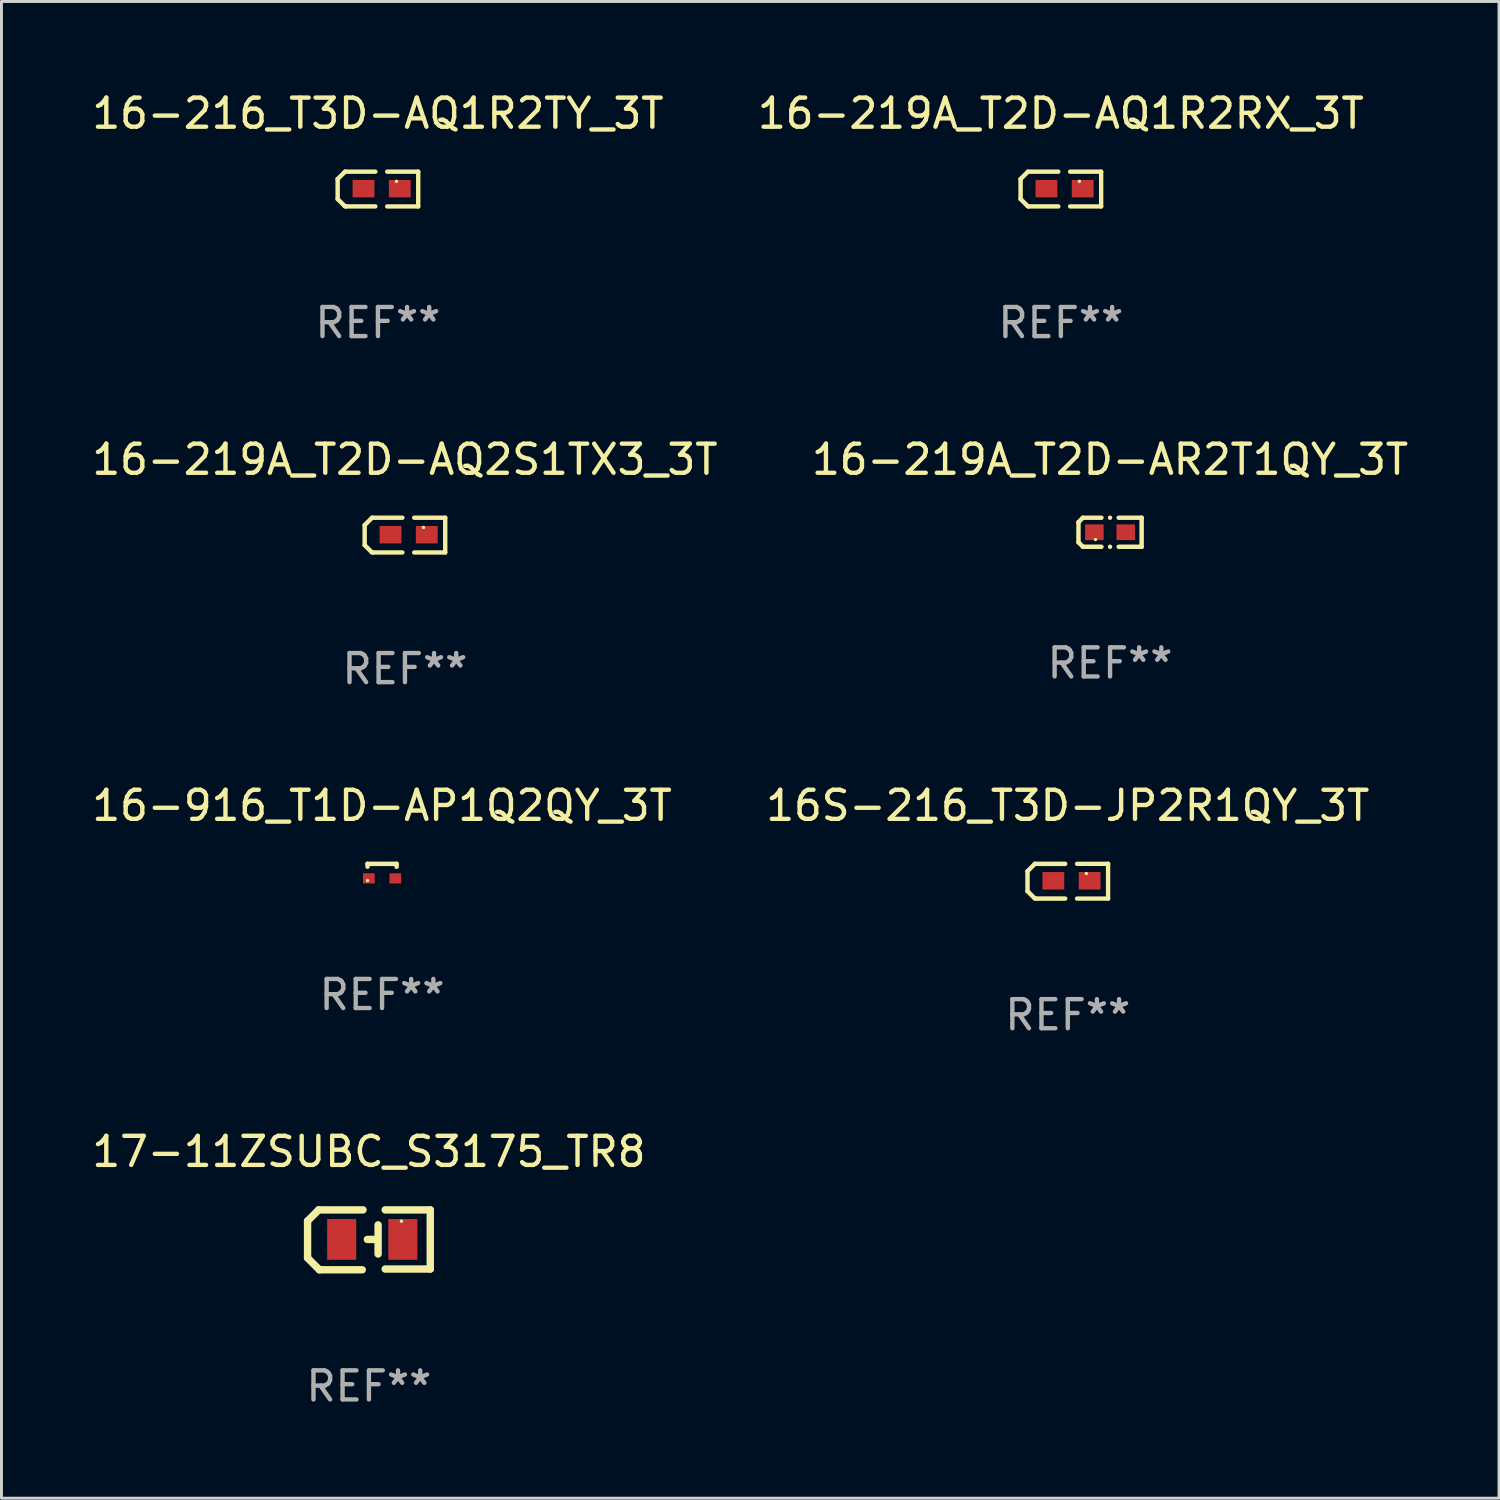
<source format=kicad_pcb>
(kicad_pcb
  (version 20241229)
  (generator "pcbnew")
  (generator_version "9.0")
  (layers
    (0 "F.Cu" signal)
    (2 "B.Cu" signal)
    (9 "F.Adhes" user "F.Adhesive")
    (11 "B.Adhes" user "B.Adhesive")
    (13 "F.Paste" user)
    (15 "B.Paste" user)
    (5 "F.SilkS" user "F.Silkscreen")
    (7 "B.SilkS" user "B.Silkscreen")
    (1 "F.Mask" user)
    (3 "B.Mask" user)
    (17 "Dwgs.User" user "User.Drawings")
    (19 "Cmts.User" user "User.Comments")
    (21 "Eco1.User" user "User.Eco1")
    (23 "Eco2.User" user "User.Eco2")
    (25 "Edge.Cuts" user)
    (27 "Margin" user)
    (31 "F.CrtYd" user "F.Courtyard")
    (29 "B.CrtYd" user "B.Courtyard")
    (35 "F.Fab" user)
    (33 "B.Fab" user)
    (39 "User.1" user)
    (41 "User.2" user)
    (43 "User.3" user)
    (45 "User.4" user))
  (footprint "16-219A_T2D-AQ2S1TX3_3T"
    (layer "F.Cu")
    (at 10.863 15.335)
    (property "Reference" "16-219A_T2D-AQ2S1TX3_3T" (at 0 -2.597 0) (layer "F.SilkS") (effects (font (size 1 1) (thickness 0.15))))
    (attr through_hole)
    (fp_line (start -1.384 -0.343) (end -1.13 -0.597) (stroke (width 0.152) (type solid)) (layer "F.SilkS"))
    (fp_line (start -1.384 0.343) (end -1.384 -0.343) (stroke (width 0.152) (type solid)) (layer "F.SilkS"))
    (fp_line (start -1.143 0.584) (end -1.384 0.343) (stroke (width 0.152) (type solid)) (layer "F.SilkS"))
    (fp_line (start -1.13 -0.597) (end -0.089 -0.597) (stroke (width 0.152) (type solid)) (layer "F.SilkS"))
    (fp_line (start -1.105 0.597) (end -1.143 0.584) (stroke (width 0.152) (type solid)) (layer "F.SilkS"))
    (fp_line (start -1.105 0.597) (end -0.089 0.597) (stroke (width 0.152) (type solid)) (layer "F.SilkS"))
    (fp_line (start 0.318 0.597) (end 1.384 0.597) (stroke (width 0.15) (type solid)) (layer "F.SilkS"))
    (fp_line (start 1.384 -0.597) (end 0.318 -0.597) (stroke (width 0.15) (type solid)) (layer "F.SilkS"))
    (fp_line (start 1.384 0.597) (end 1.384 -0.597) (stroke (width 0.15) (type solid)) (layer "F.SilkS"))
    (fp_circle (center 0.637 -0.264) (end 0.667 -0.264) (stroke (width 0.06) (type solid)) (fill no) (layer "F.SilkS"))
    (fp_text user "REF**" (at 0 4.597 0) (layer "F.Fab") (effects (font (size 1 1) (thickness 0.15))))
    (pad "1" smd rect (at 0.75 -0.014) (size 0.75 0.6) (layers "F.Cu" "F.Mask" "F.Paste"))
    (pad "2" smd rect (at -0.496 -0.014) (size 0.75 0.6) (layers "F.Cu" "F.Mask" "F.Paste")))
  (footprint "17-11ZSUBC_S3175_TR8"
    (layer "F.Cu")
    (at 9.625 39.548)
    (property "Reference" "17-11ZSUBC_S3175_TR8" (at 0 -3.029 0) (layer "F.SilkS") (effects (font (size 1 1) (thickness 0.15))))
    (attr through_hole)
    (fp_line (start -2.108 -0.648) (end -1.727 -1.029) (stroke (width 0.254) (type solid)) (layer "F.SilkS"))
    (fp_line (start -2.108 0.622) (end -2.108 -0.648) (stroke (width 0.254) (type solid)) (layer "F.SilkS"))
    (fp_line (start -1.727 -1.029) (end -0.203 -1.029) (stroke (width 0.254) (type solid)) (layer "F.SilkS"))
    (fp_line (start -1.702 1.029) (end -2.108 0.622) (stroke (width 0.254) (type solid)) (layer "F.SilkS"))
    (fp_line (start -0.229 1.029) (end -1.702 1.029) (stroke (width 0.254) (type solid)) (layer "F.SilkS"))
    (fp_line (start 0.216 -0.014) (end -0.053 -0.014) (stroke (width 0.254) (type solid)) (layer "F.SilkS"))
    (fp_line (start 0.316 -0.514) (end 0.316 0.486) (stroke (width 0.254) (type solid)) (layer "F.SilkS"))
    (fp_line (start 0.559 1.003) (end 2.108 1.003) (stroke (width 0.254) (type solid)) (layer "F.SilkS"))
    (fp_line (start 2.108 -1.029) (end 0.559 -1.029) (stroke (width 0.254) (type solid)) (layer "F.SilkS"))
    (fp_line (start 2.108 1.003) (end 2.108 -1.029) (stroke (width 0.254) (type solid)) (layer "F.SilkS"))
    (fp_circle (center 1.116 -0.639) (end 1.146 -0.639) (stroke (width 0.06) (type solid)) (fill no) (layer "F.SilkS"))
    (fp_text user "REF**" (at 0 5.029 0) (layer "F.Fab") (effects (font (size 1 1) (thickness 0.15))))
    (pad "1" smd rect (at 1.166 -0.014 180) (size 1 1.4) (layers "F.Cu" "F.Mask" "F.Paste"))
    (pad "2" smd rect (at -0.935 -0.014 180) (size 1 1.4) (layers "F.Cu" "F.Mask" "F.Paste")))
  (footprint "16-219A_T2D-AR2T1QY_3T"
    (layer "F.Cu")
    (at 35.089 15.237)
    (property "Reference" "16-219A_T2D-AR2T1QY_3T" (at 0 -2.499 0) (layer "F.SilkS") (effects (font (size 1 1) (thickness 0.15))))
    (attr through_hole)
    (fp_line (start -1.085 -0.346) (end -0.933 -0.499) (stroke (width 0.152) (type solid)) (layer "F.SilkS"))
    (fp_line (start -1.085 0.346) (end -1.085 -0.346) (stroke (width 0.152) (type solid)) (layer "F.SilkS"))
    (fp_line (start -0.933 -0.499) (end -0.296 -0.499) (stroke (width 0.152) (type solid)) (layer "F.SilkS"))
    (fp_line (start -0.933 0.499) (end -1.085 0.346) (stroke (width 0.152) (type solid)) (layer "F.SilkS"))
    (fp_line (start -0.296 0.499) (end -0.933 0.499) (stroke (width 0.152) (type solid)) (layer "F.SilkS"))
    (fp_line (start 0.296 0.499) (end 1.085 0.499) (stroke (width 0.152) (type solid)) (layer "F.SilkS"))
    (fp_line (start 1.085 -0.499) (end 0.296 -0.499) (stroke (width 0.152) (type solid)) (layer "F.SilkS"))
    (fp_line (start 1.085 0.499) (end 1.085 -0.499) (stroke (width 0.152) (type solid)) (layer "F.SilkS"))
    (fp_circle (center -0.5 0.25) (end -0.47 0.25) (stroke (width 0.06) (type solid)) (fill no) (layer "F.SilkS"))
    (fp_circle (center 0 -0.499) (end 0.038 -0.499) (stroke (width 0.076) (type solid)) (fill no) (layer "F.SilkS"))
    (fp_circle (center 0 0.499) (end 0.038 0.499) (stroke (width 0.076) (type solid)) (fill no) (layer "F.SilkS"))
    (fp_text user "REF**" (at 0 4.499 0) (layer "F.Fab") (effects (font (size 1 1) (thickness 0.15))))
    (pad "1" smd rect (at -0.538 0) (size 0.636 0.54) (layers "F.Cu" "F.Mask" "F.Paste"))
    (pad "2" smd rect (at 0.538 0) (size 0.636 0.54) (layers "F.Cu" "F.Mask" "F.Paste")))
  (footprint "16S-216_T3D-JP2R1QY_3T"
    (layer "F.Cu")
    (at 33.637 27.226)
    (property "Reference" "16S-216_T3D-JP2R1QY_3T" (at 0 -2.597 0) (layer "F.SilkS") (effects (font (size 1 1) (thickness 0.15))))
    (attr through_hole)
    (fp_line (start -1.384 -0.343) (end -1.13 -0.597) (stroke (width 0.152) (type solid)) (layer "F.SilkS"))
    (fp_line (start -1.384 0.343) (end -1.384 -0.343) (stroke (width 0.152) (type solid)) (layer "F.SilkS"))
    (fp_line (start -1.143 0.584) (end -1.384 0.343) (stroke (width 0.152) (type solid)) (layer "F.SilkS"))
    (fp_line (start -1.13 -0.597) (end -0.089 -0.597) (stroke (width 0.152) (type solid)) (layer "F.SilkS"))
    (fp_line (start -1.105 0.597) (end -1.143 0.584) (stroke (width 0.152) (type solid)) (layer "F.SilkS"))
    (fp_line (start -1.105 0.597) (end -0.089 0.597) (stroke (width 0.152) (type solid)) (layer "F.SilkS"))
    (fp_line (start 0.318 0.597) (end 1.384 0.597) (stroke (width 0.15) (type solid)) (layer "F.SilkS"))
    (fp_line (start 1.384 -0.597) (end 0.318 -0.597) (stroke (width 0.15) (type solid)) (layer "F.SilkS"))
    (fp_line (start 1.384 0.597) (end 1.384 -0.597) (stroke (width 0.15) (type solid)) (layer "F.SilkS"))
    (fp_circle (center 0.637 -0.264) (end 0.667 -0.264) (stroke (width 0.06) (type solid)) (fill no) (layer "F.SilkS"))
    (fp_text user "REF**" (at 0 4.597 0) (layer "F.Fab") (effects (font (size 1 1) (thickness 0.15))))
    (pad "1" smd rect (at 0.75 -0.014) (size 0.75 0.6) (layers "F.Cu" "F.Mask" "F.Paste"))
    (pad "2" smd rect (at -0.496 -0.014) (size 0.75 0.6) (layers "F.Cu" "F.Mask" "F.Paste")))
  (footprint "16-216_T3D-AQ1R2TY_3T"
    (layer "F.Cu")
    (at 9.935 3.445)
    (property "Reference" "16-216_T3D-AQ1R2TY_3T" (at 0 -2.597 0) (layer "F.SilkS") (effects (font (size 1 1) (thickness 0.15))))
    (attr through_hole)
    (fp_line (start -1.384 -0.343) (end -1.13 -0.597) (stroke (width 0.152) (type solid)) (layer "F.SilkS"))
    (fp_line (start -1.384 0.343) (end -1.384 -0.343) (stroke (width 0.152) (type solid)) (layer "F.SilkS"))
    (fp_line (start -1.143 0.584) (end -1.384 0.343) (stroke (width 0.152) (type solid)) (layer "F.SilkS"))
    (fp_line (start -1.13 -0.597) (end -0.089 -0.597) (stroke (width 0.152) (type solid)) (layer "F.SilkS"))
    (fp_line (start -1.105 0.597) (end -1.143 0.584) (stroke (width 0.152) (type solid)) (layer "F.SilkS"))
    (fp_line (start -1.105 0.597) (end -0.089 0.597) (stroke (width 0.152) (type solid)) (layer "F.SilkS"))
    (fp_line (start 0.318 0.597) (end 1.384 0.597) (stroke (width 0.15) (type solid)) (layer "F.SilkS"))
    (fp_line (start 1.384 -0.597) (end 0.318 -0.597) (stroke (width 0.15) (type solid)) (layer "F.SilkS"))
    (fp_line (start 1.384 0.597) (end 1.384 -0.597) (stroke (width 0.15) (type solid)) (layer "F.SilkS"))
    (fp_circle (center 0.637 -0.264) (end 0.667 -0.264) (stroke (width 0.06) (type solid)) (fill no) (layer "F.SilkS"))
    (fp_text user "REF**" (at 0 4.597 0) (layer "F.Fab") (effects (font (size 1 1) (thickness 0.15))))
    (pad "1" smd rect (at 0.75 -0.014) (size 0.75 0.6) (layers "F.Cu" "F.Mask" "F.Paste"))
    (pad "2" smd rect (at -0.496 -0.014) (size 0.75 0.6) (layers "F.Cu" "F.Mask" "F.Paste")))
  (footprint "16-916_T1D-AP1Q2QY_3T"
    (layer "F.Cu")
    (at 10.077 26.879)
    (property "Reference" "16-916_T1D-AP1Q2QY_3T" (at 0 -2.25 0) (layer "F.SilkS") (effects (font (size 1 1) (thickness 0.15))))
    (attr through_hole)
    (fp_line (start -0.5 -0.25) (end -0.5 -0.15) (stroke (width 0.152) (type solid)) (layer "F.SilkS"))
    (fp_line (start -0.5 -0.25) (end 0.5 -0.25) (stroke (width 0.152) (type solid)) (layer "F.SilkS"))
    (fp_line (start 0.5 -0.25) (end 0.5 -0.15) (stroke (width 0.152) (type solid)) (layer "F.SilkS"))
    (fp_circle (center -0.5 0.325) (end -0.47 0.325) (stroke (width 0.06) (type solid)) (fill no) (layer "F.SilkS"))
    (fp_text user "REF**" (at 0 4.25 0) (layer "F.Fab") (effects (font (size 1 1) (thickness 0.15))))
    (pad "1" smd rect (at -0.455 0.25) (size 0.4 0.35) (layers "F.Cu" "F.Mask" "F.Paste"))
    (pad "2" smd rect (at 0.455 0.25) (size 0.4 0.35) (layers "F.Cu" "F.Mask" "F.Paste")))
  (footprint "16-219A_T2D-AQ1R2RX_3T"
    (layer "F.Cu")
    (at 33.399 3.445)
    (property "Reference" "16-219A_T2D-AQ1R2RX_3T" (at 0 -2.597 0) (layer "F.SilkS") (effects (font (size 1 1) (thickness 0.15))))
    (attr through_hole)
    (fp_line (start -1.384 -0.343) (end -1.13 -0.597) (stroke (width 0.152) (type solid)) (layer "F.SilkS"))
    (fp_line (start -1.384 0.343) (end -1.384 -0.343) (stroke (width 0.152) (type solid)) (layer "F.SilkS"))
    (fp_line (start -1.143 0.584) (end -1.384 0.343) (stroke (width 0.152) (type solid)) (layer "F.SilkS"))
    (fp_line (start -1.13 -0.597) (end -0.089 -0.597) (stroke (width 0.152) (type solid)) (layer "F.SilkS"))
    (fp_line (start -1.105 0.597) (end -1.143 0.584) (stroke (width 0.152) (type solid)) (layer "F.SilkS"))
    (fp_line (start -1.105 0.597) (end -0.089 0.597) (stroke (width 0.152) (type solid)) (layer "F.SilkS"))
    (fp_line (start 0.318 0.597) (end 1.384 0.597) (stroke (width 0.15) (type solid)) (layer "F.SilkS"))
    (fp_line (start 1.384 -0.597) (end 0.318 -0.597) (stroke (width 0.15) (type solid)) (layer "F.SilkS"))
    (fp_line (start 1.384 0.597) (end 1.384 -0.597) (stroke (width 0.15) (type solid)) (layer "F.SilkS"))
    (fp_circle (center 0.637 -0.264) (end 0.667 -0.264) (stroke (width 0.06) (type solid)) (fill no) (layer "F.SilkS"))
    (fp_text user "REF**" (at 0 4.597 0) (layer "F.Fab") (effects (font (size 1 1) (thickness 0.15))))
    (pad "1" smd rect (at 0.75 -0.014) (size 0.75 0.6) (layers "F.Cu" "F.Mask" "F.Paste"))
    (pad "2" smd rect (at -0.496 -0.014) (size 0.75 0.6) (layers "F.Cu" "F.Mask" "F.Paste")))
  (gr_rect
    (start -3 -3)
    (end 48.452 48.425)
    (stroke (width 0.1) (type default))
    (fill no)
    (layer "Edge.Cuts")))
</source>
